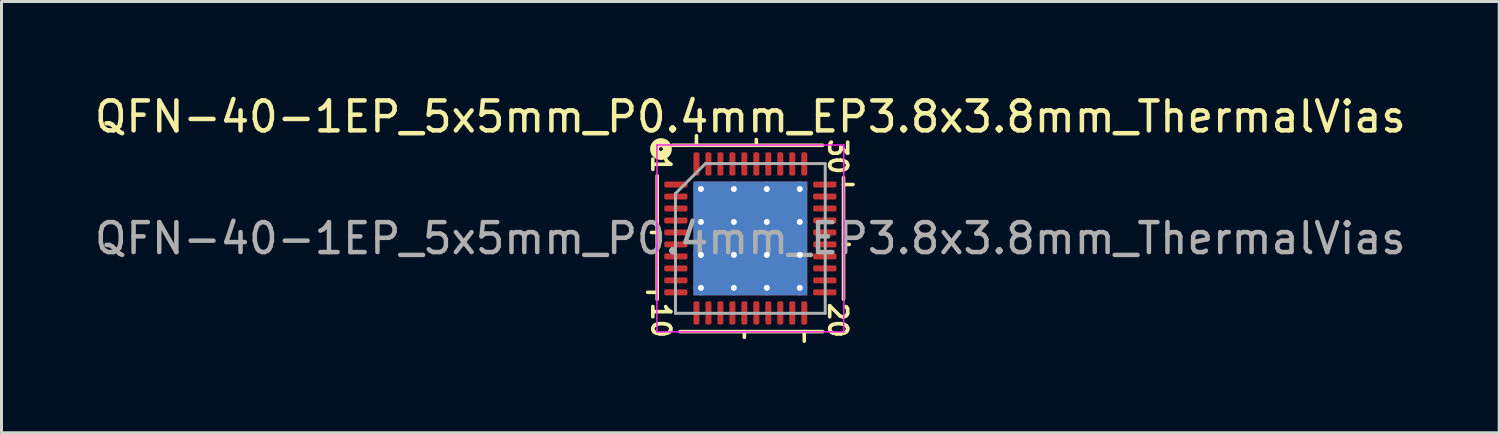
<source format=kicad_pcb>
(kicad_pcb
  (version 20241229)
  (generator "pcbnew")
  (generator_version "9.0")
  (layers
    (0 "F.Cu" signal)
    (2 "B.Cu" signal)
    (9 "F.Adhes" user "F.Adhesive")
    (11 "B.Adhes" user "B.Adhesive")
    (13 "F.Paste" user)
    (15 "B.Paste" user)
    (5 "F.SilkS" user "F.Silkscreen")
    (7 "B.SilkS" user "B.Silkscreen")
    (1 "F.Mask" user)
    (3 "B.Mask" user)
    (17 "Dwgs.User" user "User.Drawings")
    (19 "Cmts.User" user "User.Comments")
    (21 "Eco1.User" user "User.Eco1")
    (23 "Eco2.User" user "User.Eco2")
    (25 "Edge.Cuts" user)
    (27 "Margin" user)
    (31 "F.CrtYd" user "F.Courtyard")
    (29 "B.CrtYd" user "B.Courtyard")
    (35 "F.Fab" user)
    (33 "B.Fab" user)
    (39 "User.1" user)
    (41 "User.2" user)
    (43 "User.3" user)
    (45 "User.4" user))
  (footprint "QFN-40-1EP_5x5mm_P0.4mm_EP3.8x3.8mm_ThermalVias"
    (layer "F.Cu")
    (at 22.006 4.912)
    (property "Reference" "QFN-40-1EP_5x5mm_P0.4mm_EP3.8x3.8mm_ThermalVias" (at 0 -4.064 0) (layer "F.SilkS") (effects (font (size 1 1) (thickness 0.15))))
    (attr smd)
    (fp_line (start -3.111 -2.095) (end -3.111 2.032) (stroke (width 0.12) (type solid)) (layer "F.SilkS"))
    (fp_line (start -3.111 -0.2) (end -3.302 -0.2) (stroke (width 0.12) (type solid)) (layer "F.SilkS"))
    (fp_line (start -3.111 1.8) (end -3.429 1.8) (stroke (width 0.12) (type solid)) (layer "F.SilkS"))
    (fp_line (start -2.349 3.111) (end 2.413 3.111) (stroke (width 0.12) (type solid)) (layer "F.SilkS"))
    (fp_line (start -1.8 -3.111) (end -1.8 -3.429) (stroke (width 0.12) (type solid)) (layer "F.SilkS"))
    (fp_line (start -0.2 3.111) (end -0.2 3.302) (stroke (width 0.12) (type solid)) (layer "F.SilkS"))
    (fp_line (start 0.2 -3.111) (end 0.2 -3.302) (stroke (width 0.12) (type solid)) (layer "F.SilkS"))
    (fp_line (start 1.8 3.111) (end 1.8 3.429) (stroke (width 0.12) (type solid)) (layer "F.SilkS"))
    (fp_line (start 2.413 -3.111) (end -2.603 -3.111) (stroke (width 0.12) (type solid)) (layer "F.SilkS"))
    (fp_line (start 3.111 -1.8) (end 3.429 -1.8) (stroke (width 0.12) (type solid)) (layer "F.SilkS"))
    (fp_line (start 3.111 0.2) (end 3.302 0.2) (stroke (width 0.12) (type solid)) (layer "F.SilkS"))
    (fp_line (start 3.111 2.032) (end 3.111 -2.032) (stroke (width 0.12) (type solid)) (layer "F.SilkS"))
    (fp_circle (center -2.985 -2.985) (end -2.921 -2.985) (stroke (width 0.3) (type solid)) (fill no) (layer "F.SilkS"))
    (fp_line (start -3.12 -3.12) (end -3.12 3.12) (stroke (width 0.05) (type solid)) (layer "F.CrtYd"))
    (fp_line (start -3.12 3.12) (end 3.12 3.12) (stroke (width 0.05) (type solid)) (layer "F.CrtYd"))
    (fp_line (start 3.12 -3.12) (end -3.12 -3.12) (stroke (width 0.05) (type solid)) (layer "F.CrtYd"))
    (fp_line (start 3.12 3.12) (end 3.12 -3.12) (stroke (width 0.05) (type solid)) (layer "F.CrtYd"))
    (fp_line (start -2.5 -1.5) (end -1.5 -2.5) (stroke (width 0.1) (type solid)) (layer "F.Fab"))
    (fp_line (start -2.5 2.5) (end -2.5 -1.5) (stroke (width 0.1) (type solid)) (layer "F.Fab"))
    (fp_line (start -1.5 -2.5) (end 2.5 -2.5) (stroke (width 0.1) (type solid)) (layer "F.Fab"))
    (fp_line (start 2.5 -2.5) (end 2.5 2.5) (stroke (width 0.1) (type solid)) (layer "F.Fab"))
    (fp_line (start 2.5 2.5) (end -2.5 2.5) (stroke (width 0.1) (type solid)) (layer "F.Fab"))
    (fp_text user "10" (at -2.985 2.731 270) (unlocked yes) (layer "F.SilkS") (effects (font (size 0.6 0.6) (thickness 0.12))))
    (fp_text user "30" (at 2.921 -2.731 270) (unlocked yes) (layer "F.SilkS") (effects (font (size 0.6 0.6) (thickness 0.12))))
    (fp_text user "20" (at 2.921 2.731 270) (unlocked yes) (layer "F.SilkS") (effects (font (size 0.6 0.6) (thickness 0.12))))
    (fp_text user "1" (at -2.985 -2.477 270) (unlocked yes) (layer "F.SilkS") (effects (font (size 0.6 0.6) (thickness 0.12))))
    (fp_text user "${REFERENCE}" (at 0 0 0) (layer "F.Fab") (effects (font (size 1 1) (thickness 0.15))))
    (pad "" smd custom (at -1.1 -1.1) (size 0.865 0.865) (layers "F.Paste") (options (anchor circle)) (primitives (gr_poly (pts (xy 0.375 -0.279) (xy 0.375 0.279) (xy 0.279 0.375) (xy -0.279 0.375) (xy -0.375 0.279) (xy -0.375 -0.279) (xy -0.279 -0.375) (xy 0.279 -0.375)) (width 0.232) (fill yes))))
    (pad "" smd custom (at -1.1 0) (size 0.865 0.865) (layers "F.Paste") (options (anchor circle)) (primitives (gr_poly (pts (xy 0.375 -0.279) (xy 0.375 0.279) (xy 0.279 0.375) (xy -0.279 0.375) (xy -0.375 0.279) (xy -0.375 -0.279) (xy -0.279 -0.375) (xy 0.279 -0.375)) (width 0.232) (fill yes))))
    (pad "" smd custom (at -1.1 1.1) (size 0.865 0.865) (layers "F.Paste") (options (anchor circle)) (primitives (gr_poly (pts (xy 0.375 -0.279) (xy 0.375 0.279) (xy 0.279 0.375) (xy -0.279 0.375) (xy -0.375 0.279) (xy -0.375 -0.279) (xy -0.279 -0.375) (xy 0.279 -0.375)) (width 0.232) (fill yes))))
    (pad "" smd custom (at 0 -1.1) (size 0.865 0.865) (layers "F.Paste") (options (anchor circle)) (primitives (gr_poly (pts (xy 0.375 -0.279) (xy 0.375 0.279) (xy 0.279 0.375) (xy -0.279 0.375) (xy -0.375 0.279) (xy -0.375 -0.279) (xy -0.279 -0.375) (xy 0.279 -0.375)) (width 0.232) (fill yes))))
    (pad "" smd custom (at 0 0) (size 0.865 0.865) (layers "F.Paste") (options (anchor circle)) (primitives (gr_poly (pts (xy 0.375 -0.279) (xy 0.375 0.279) (xy 0.279 0.375) (xy -0.279 0.375) (xy -0.375 0.279) (xy -0.375 -0.279) (xy -0.279 -0.375) (xy 0.279 -0.375)) (width 0.232) (fill yes))))
    (pad "" smd custom (at 0 1.1) (size 0.865 0.865) (layers "F.Paste") (options (anchor circle)) (primitives (gr_poly (pts (xy 0.375 -0.279) (xy 0.375 0.279) (xy 0.279 0.375) (xy -0.279 0.375) (xy -0.375 0.279) (xy -0.375 -0.279) (xy -0.279 -0.375) (xy 0.279 -0.375)) (width 0.232) (fill yes))))
    (pad "" smd custom (at 1.1 -1.1) (size 0.865 0.865) (layers "F.Paste") (options (anchor circle)) (primitives (gr_poly (pts (xy 0.375 -0.279) (xy 0.375 0.279) (xy 0.279 0.375) (xy -0.279 0.375) (xy -0.375 0.279) (xy -0.375 -0.279) (xy -0.279 -0.375) (xy 0.279 -0.375)) (width 0.232) (fill yes))))
    (pad "" smd custom (at 1.1 0) (size 0.865 0.865) (layers "F.Paste") (options (anchor circle)) (primitives (gr_poly (pts (xy 0.375 -0.279) (xy 0.375 0.279) (xy 0.279 0.375) (xy -0.279 0.375) (xy -0.375 0.279) (xy -0.375 -0.279) (xy -0.279 -0.375) (xy 0.279 -0.375)) (width 0.232) (fill yes))))
    (pad "" smd custom (at 1.1 1.1) (size 0.865 0.865) (layers "F.Paste") (options (anchor circle)) (primitives (gr_poly (pts (xy 0.375 -0.279) (xy 0.375 0.279) (xy 0.279 0.375) (xy -0.279 0.375) (xy -0.375 0.279) (xy -0.375 -0.279) (xy -0.279 -0.375) (xy 0.279 -0.375)) (width 0.232) (fill yes))))
    (pad "1" smd roundrect (at -2.487 -1.8) (size 0.775 0.2) (layers "F.Cu" "F.Mask" "F.Paste") (roundrect_rratio 0.25))
    (pad "2" smd roundrect (at -2.487 -1.4) (size 0.775 0.2) (layers "F.Cu" "F.Mask" "F.Paste") (roundrect_rratio 0.25))
    (pad "3" smd roundrect (at -2.487 -1) (size 0.775 0.2) (layers "F.Cu" "F.Mask" "F.Paste") (roundrect_rratio 0.25))
    (pad "4" smd roundrect (at -2.487 -0.6) (size 0.775 0.2) (layers "F.Cu" "F.Mask" "F.Paste") (roundrect_rratio 0.25))
    (pad "5" smd roundrect (at -2.487 -0.2) (size 0.775 0.2) (layers "F.Cu" "F.Mask" "F.Paste") (roundrect_rratio 0.25))
    (pad "6" smd roundrect (at -2.487 0.2) (size 0.775 0.2) (layers "F.Cu" "F.Mask" "F.Paste") (roundrect_rratio 0.25))
    (pad "7" smd roundrect (at -2.487 0.6) (size 0.775 0.2) (layers "F.Cu" "F.Mask" "F.Paste") (roundrect_rratio 0.25))
    (pad "8" smd roundrect (at -2.487 1) (size 0.775 0.2) (layers "F.Cu" "F.Mask" "F.Paste") (roundrect_rratio 0.25))
    (pad "9" smd roundrect (at -2.487 1.4) (size 0.775 0.2) (layers "F.Cu" "F.Mask" "F.Paste") (roundrect_rratio 0.25))
    (pad "10" smd roundrect (at -2.487 1.8) (size 0.775 0.2) (layers "F.Cu" "F.Mask" "F.Paste") (roundrect_rratio 0.25))
    (pad "11" smd roundrect (at -1.8 2.487) (size 0.2 0.775) (layers "F.Cu" "F.Mask" "F.Paste") (roundrect_rratio 0.25))
    (pad "12" smd roundrect (at -1.4 2.487) (size 0.2 0.775) (layers "F.Cu" "F.Mask" "F.Paste") (roundrect_rratio 0.25))
    (pad "13" smd roundrect (at -1 2.487) (size 0.2 0.775) (layers "F.Cu" "F.Mask" "F.Paste") (roundrect_rratio 0.25))
    (pad "14" smd roundrect (at -0.6 2.487) (size 0.2 0.775) (layers "F.Cu" "F.Mask" "F.Paste") (roundrect_rratio 0.25))
    (pad "15" smd roundrect (at -0.2 2.487) (size 0.2 0.775) (layers "F.Cu" "F.Mask" "F.Paste") (roundrect_rratio 0.25))
    (pad "16" smd roundrect (at 0.2 2.487) (size 0.2 0.775) (layers "F.Cu" "F.Mask" "F.Paste") (roundrect_rratio 0.25))
    (pad "17" smd roundrect (at 0.6 2.487) (size 0.2 0.775) (layers "F.Cu" "F.Mask" "F.Paste") (roundrect_rratio 0.25))
    (pad "18" smd roundrect (at 1 2.487) (size 0.2 0.775) (layers "F.Cu" "F.Mask" "F.Paste") (roundrect_rratio 0.25))
    (pad "19" smd roundrect (at 1.4 2.487) (size 0.2 0.775) (layers "F.Cu" "F.Mask" "F.Paste") (roundrect_rratio 0.25))
    (pad "20" smd roundrect (at 1.8 2.487) (size 0.2 0.775) (layers "F.Cu" "F.Mask" "F.Paste") (roundrect_rratio 0.25))
    (pad "21" smd roundrect (at 2.487 1.8) (size 0.775 0.2) (layers "F.Cu" "F.Mask" "F.Paste") (roundrect_rratio 0.25))
    (pad "22" smd roundrect (at 2.487 1.4) (size 0.775 0.2) (layers "F.Cu" "F.Mask" "F.Paste") (roundrect_rratio 0.25))
    (pad "23" smd roundrect (at 2.487 1) (size 0.775 0.2) (layers "F.Cu" "F.Mask" "F.Paste") (roundrect_rratio 0.25))
    (pad "24" smd roundrect (at 2.487 0.6) (size 0.775 0.2) (layers "F.Cu" "F.Mask" "F.Paste") (roundrect_rratio 0.25))
    (pad "25" smd roundrect (at 2.487 0.2) (size 0.775 0.2) (layers "F.Cu" "F.Mask" "F.Paste") (roundrect_rratio 0.25))
    (pad "26" smd roundrect (at 2.487 -0.2) (size 0.775 0.2) (layers "F.Cu" "F.Mask" "F.Paste") (roundrect_rratio 0.25))
    (pad "27" smd roundrect (at 2.487 -0.6) (size 0.775 0.2) (layers "F.Cu" "F.Mask" "F.Paste") (roundrect_rratio 0.25))
    (pad "28" smd roundrect (at 2.487 -1) (size 0.775 0.2) (layers "F.Cu" "F.Mask" "F.Paste") (roundrect_rratio 0.25))
    (pad "29" smd roundrect (at 2.487 -1.4) (size 0.775 0.2) (layers "F.Cu" "F.Mask" "F.Paste") (roundrect_rratio 0.25))
    (pad "30" smd roundrect (at 2.487 -1.8) (size 0.775 0.2) (layers "F.Cu" "F.Mask" "F.Paste") (roundrect_rratio 0.25))
    (pad "31" smd roundrect (at 1.8 -2.487) (size 0.2 0.775) (layers "F.Cu" "F.Mask" "F.Paste") (roundrect_rratio 0.25))
    (pad "32" smd roundrect (at 1.4 -2.487) (size 0.2 0.775) (layers "F.Cu" "F.Mask" "F.Paste") (roundrect_rratio 0.25))
    (pad "33" smd roundrect (at 1 -2.487) (size 0.2 0.775) (layers "F.Cu" "F.Mask" "F.Paste") (roundrect_rratio 0.25))
    (pad "34" smd roundrect (at 0.6 -2.487) (size 0.2 0.775) (layers "F.Cu" "F.Mask" "F.Paste") (roundrect_rratio 0.25))
    (pad "35" smd roundrect (at 0.2 -2.487) (size 0.2 0.775) (layers "F.Cu" "F.Mask" "F.Paste") (roundrect_rratio 0.25))
    (pad "36" smd roundrect (at -0.2 -2.487) (size 0.2 0.775) (layers "F.Cu" "F.Mask" "F.Paste") (roundrect_rratio 0.25))
    (pad "37" smd roundrect (at -0.6 -2.487) (size 0.2 0.775) (layers "F.Cu" "F.Mask" "F.Paste") (roundrect_rratio 0.25))
    (pad "38" smd roundrect (at -1 -2.487) (size 0.2 0.775) (layers "F.Cu" "F.Mask" "F.Paste") (roundrect_rratio 0.25))
    (pad "39" smd roundrect (at -1.4 -2.487) (size 0.2 0.775) (layers "F.Cu" "F.Mask" "F.Paste") (roundrect_rratio 0.25))
    (pad "40" smd roundrect (at -1.8 -2.487) (size 0.2 0.775) (layers "F.Cu" "F.Mask" "F.Paste") (roundrect_rratio 0.25))
    (pad "41" thru_hole circle (at -1.65 -1.65) (size 0.5 0.5) (drill 0.2) (layers "*.Cu"))
    (pad "41" thru_hole circle (at -1.65 -0.55) (size 0.5 0.5) (drill 0.2) (layers "*.Cu"))
    (pad "41" thru_hole circle (at -1.65 0.55) (size 0.5 0.5) (drill 0.2) (layers "*.Cu"))
    (pad "41" thru_hole circle (at -1.65 1.65) (size 0.5 0.5) (drill 0.2) (layers "*.Cu"))
    (pad "41" thru_hole circle (at -0.55 -1.65) (size 0.5 0.5) (drill 0.2) (layers "*.Cu"))
    (pad "41" thru_hole circle (at -0.55 -0.55) (size 0.5 0.5) (drill 0.2) (layers "*.Cu"))
    (pad "41" thru_hole circle (at -0.55 0.55) (size 0.5 0.5) (drill 0.2) (layers "*.Cu"))
    (pad "41" thru_hole circle (at -0.55 1.65) (size 0.5 0.5) (drill 0.2) (layers "*.Cu"))
    (pad "41" smd rect (at 0 0) (size 3.8 3.8) (layers "F.Cu" "F.Mask"))
    (pad "41" smd rect (at 0 0) (size 3.8 3.8) (layers "B.Cu" "B.Mask"))
    (pad "41" thru_hole circle (at 0.55 -1.65) (size 0.5 0.5) (drill 0.2) (layers "*.Cu"))
    (pad "41" thru_hole circle (at 0.55 -0.55) (size 0.5 0.5) (drill 0.2) (layers "*.Cu"))
    (pad "41" thru_hole circle (at 0.55 0.55) (size 0.5 0.5) (drill 0.2) (layers "*.Cu"))
    (pad "41" thru_hole circle (at 0.55 1.65) (size 0.5 0.5) (drill 0.2) (layers "*.Cu"))
    (pad "41" thru_hole circle (at 1.65 -1.65) (size 0.5 0.5) (drill 0.2) (layers "*.Cu"))
    (pad "41" thru_hole circle (at 1.65 -0.55) (size 0.5 0.5) (drill 0.2) (layers "*.Cu"))
    (pad "41" thru_hole circle (at 1.65 0.55) (size 0.5 0.5) (drill 0.2) (layers "*.Cu"))
    (pad "41" thru_hole circle (at 1.65 1.65) (size 0.5 0.5) (drill 0.2) (layers "*.Cu")))
  (gr_rect
    (start -3 -3)
    (end 47.012 11.401)
    (stroke (width 0.1) (type default))
    (fill no)
    (layer "Edge.Cuts")))
</source>
